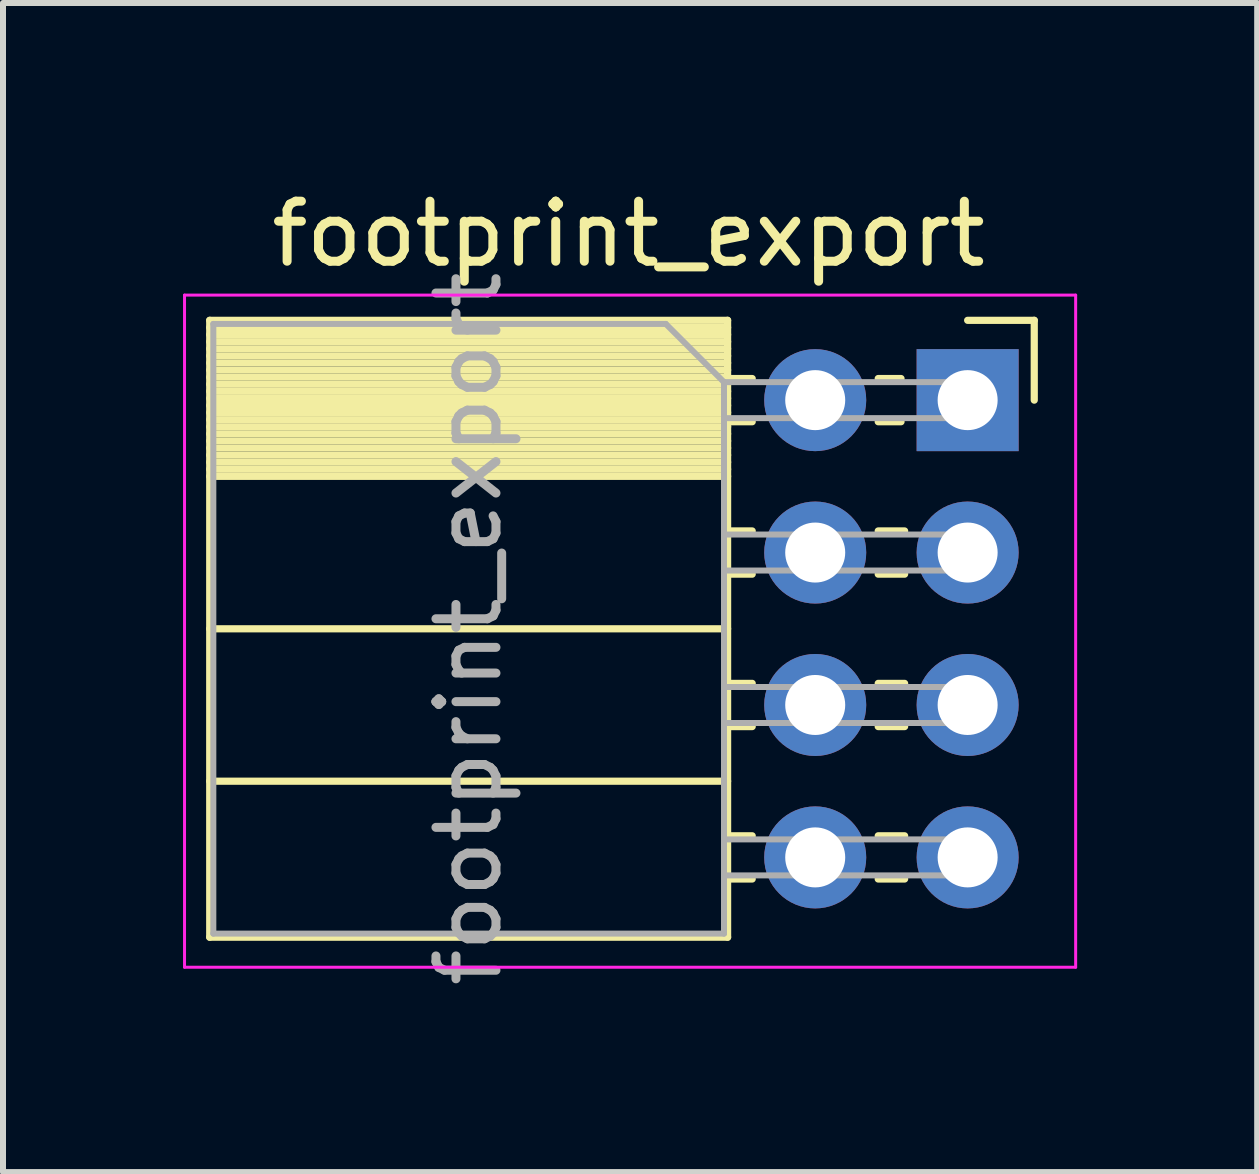
<source format=kicad_pcb>
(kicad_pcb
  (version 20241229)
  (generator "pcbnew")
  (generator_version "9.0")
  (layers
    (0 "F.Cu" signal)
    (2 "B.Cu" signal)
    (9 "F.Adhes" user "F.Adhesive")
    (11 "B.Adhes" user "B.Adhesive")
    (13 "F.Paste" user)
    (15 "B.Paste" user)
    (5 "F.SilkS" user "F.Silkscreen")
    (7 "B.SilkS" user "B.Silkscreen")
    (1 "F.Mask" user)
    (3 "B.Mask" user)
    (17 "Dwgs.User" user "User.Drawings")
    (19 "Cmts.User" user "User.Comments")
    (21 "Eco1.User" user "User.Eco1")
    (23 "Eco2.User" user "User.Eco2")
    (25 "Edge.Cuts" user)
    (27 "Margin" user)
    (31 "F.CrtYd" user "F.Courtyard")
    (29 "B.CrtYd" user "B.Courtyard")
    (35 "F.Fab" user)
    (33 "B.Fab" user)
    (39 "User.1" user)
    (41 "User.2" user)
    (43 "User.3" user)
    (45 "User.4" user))
  (footprint "footprint_export"
    (layer "F.Cu")
    (at 13.075 3.618)
    (property "Reference" "footprint_export" (at -5.65 -2.77 0) (layer "F.SilkS") (effects (font (size 1 1) (thickness 0.15))))
    (attr through_hole)
    (fp_line (start -12.63 -1.33) (end -12.63 8.95) (stroke (width 0.12) (type solid)) (layer "F.SilkS"))
    (fp_line (start -12.63 -1.33) (end -4 -1.33) (stroke (width 0.12) (type solid)) (layer "F.SilkS"))
    (fp_line (start -12.63 -1.21) (end -4 -1.21) (stroke (width 0.12) (type solid)) (layer "F.SilkS"))
    (fp_line (start -12.63 -1.092) (end -4 -1.092) (stroke (width 0.12) (type solid)) (layer "F.SilkS"))
    (fp_line (start -12.63 -0.974) (end -4 -0.974) (stroke (width 0.12) (type solid)) (layer "F.SilkS"))
    (fp_line (start -12.63 -0.856) (end -4 -0.856) (stroke (width 0.12) (type solid)) (layer "F.SilkS"))
    (fp_line (start -12.63 -0.738) (end -4 -0.738) (stroke (width 0.12) (type solid)) (layer "F.SilkS"))
    (fp_line (start -12.63 -0.62) (end -4 -0.62) (stroke (width 0.12) (type solid)) (layer "F.SilkS"))
    (fp_line (start -12.63 -0.501) (end -4 -0.501) (stroke (width 0.12) (type solid)) (layer "F.SilkS"))
    (fp_line (start -12.63 -0.383) (end -4 -0.383) (stroke (width 0.12) (type solid)) (layer "F.SilkS"))
    (fp_line (start -12.63 -0.265) (end -4 -0.265) (stroke (width 0.12) (type solid)) (layer "F.SilkS"))
    (fp_line (start -12.63 -0.147) (end -4 -0.147) (stroke (width 0.12) (type solid)) (layer "F.SilkS"))
    (fp_line (start -12.63 -0.029) (end -4 -0.029) (stroke (width 0.12) (type solid)) (layer "F.SilkS"))
    (fp_line (start -12.63 0.089) (end -4 0.089) (stroke (width 0.12) (type solid)) (layer "F.SilkS"))
    (fp_line (start -12.63 0.207) (end -4 0.207) (stroke (width 0.12) (type solid)) (layer "F.SilkS"))
    (fp_line (start -12.63 0.325) (end -4 0.325) (stroke (width 0.12) (type solid)) (layer "F.SilkS"))
    (fp_line (start -12.63 0.443) (end -4 0.443) (stroke (width 0.12) (type solid)) (layer "F.SilkS"))
    (fp_line (start -12.63 0.561) (end -4 0.561) (stroke (width 0.12) (type solid)) (layer "F.SilkS"))
    (fp_line (start -12.63 0.68) (end -4 0.68) (stroke (width 0.12) (type solid)) (layer "F.SilkS"))
    (fp_line (start -12.63 0.798) (end -4 0.798) (stroke (width 0.12) (type solid)) (layer "F.SilkS"))
    (fp_line (start -12.63 0.916) (end -4 0.916) (stroke (width 0.12) (type solid)) (layer "F.SilkS"))
    (fp_line (start -12.63 1.034) (end -4 1.034) (stroke (width 0.12) (type solid)) (layer "F.SilkS"))
    (fp_line (start -12.63 1.152) (end -4 1.152) (stroke (width 0.12) (type solid)) (layer "F.SilkS"))
    (fp_line (start -12.63 1.27) (end -4 1.27) (stroke (width 0.12) (type solid)) (layer "F.SilkS"))
    (fp_line (start -12.63 3.81) (end -4 3.81) (stroke (width 0.12) (type solid)) (layer "F.SilkS"))
    (fp_line (start -12.63 6.35) (end -4 6.35) (stroke (width 0.12) (type solid)) (layer "F.SilkS"))
    (fp_line (start -12.63 8.95) (end -4 8.95) (stroke (width 0.12) (type solid)) (layer "F.SilkS"))
    (fp_line (start -4 -1.33) (end -4 8.95) (stroke (width 0.12) (type solid)) (layer "F.SilkS"))
    (fp_line (start -4 -0.36) (end -3.59 -0.36) (stroke (width 0.12) (type solid)) (layer "F.SilkS"))
    (fp_line (start -4 0.36) (end -3.59 0.36) (stroke (width 0.12) (type solid)) (layer "F.SilkS"))
    (fp_line (start -4 2.18) (end -3.59 2.18) (stroke (width 0.12) (type solid)) (layer "F.SilkS"))
    (fp_line (start -4 2.9) (end -3.59 2.9) (stroke (width 0.12) (type solid)) (layer "F.SilkS"))
    (fp_line (start -4 4.72) (end -3.59 4.72) (stroke (width 0.12) (type solid)) (layer "F.SilkS"))
    (fp_line (start -4 5.44) (end -3.59 5.44) (stroke (width 0.12) (type solid)) (layer "F.SilkS"))
    (fp_line (start -4 7.26) (end -3.59 7.26) (stroke (width 0.12) (type solid)) (layer "F.SilkS"))
    (fp_line (start -4 7.98) (end -3.59 7.98) (stroke (width 0.12) (type solid)) (layer "F.SilkS"))
    (fp_line (start -1.49 -0.36) (end -1.11 -0.36) (stroke (width 0.12) (type solid)) (layer "F.SilkS"))
    (fp_line (start -1.49 0.36) (end -1.11 0.36) (stroke (width 0.12) (type solid)) (layer "F.SilkS"))
    (fp_line (start -1.49 2.18) (end -1.05 2.18) (stroke (width 0.12) (type solid)) (layer "F.SilkS"))
    (fp_line (start -1.49 2.9) (end -1.05 2.9) (stroke (width 0.12) (type solid)) (layer "F.SilkS"))
    (fp_line (start -1.49 4.72) (end -1.05 4.72) (stroke (width 0.12) (type solid)) (layer "F.SilkS"))
    (fp_line (start -1.49 5.44) (end -1.05 5.44) (stroke (width 0.12) (type solid)) (layer "F.SilkS"))
    (fp_line (start -1.49 7.26) (end -1.05 7.26) (stroke (width 0.12) (type solid)) (layer "F.SilkS"))
    (fp_line (start -1.49 7.98) (end -1.05 7.98) (stroke (width 0.12) (type solid)) (layer "F.SilkS"))
    (fp_line (start 0 -1.33) (end 1.11 -1.33) (stroke (width 0.12) (type solid)) (layer "F.SilkS"))
    (fp_line (start 1.11 -1.33) (end 1.11 0) (stroke (width 0.12) (type solid)) (layer "F.SilkS"))
    (fp_line (start -13.05 -1.75) (end -13.05 9.45) (stroke (width 0.05) (type solid)) (layer "F.CrtYd"))
    (fp_line (start -13.05 9.45) (end 1.8 9.45) (stroke (width 0.05) (type solid)) (layer "F.CrtYd"))
    (fp_line (start 1.8 -1.75) (end -13.05 -1.75) (stroke (width 0.05) (type solid)) (layer "F.CrtYd"))
    (fp_line (start 1.8 9.45) (end 1.8 -1.75) (stroke (width 0.05) (type solid)) (layer "F.CrtYd"))
    (fp_line (start -12.57 -1.27) (end -5.03 -1.27) (stroke (width 0.1) (type solid)) (layer "F.Fab"))
    (fp_line (start -12.57 8.89) (end -12.57 -1.27) (stroke (width 0.1) (type solid)) (layer "F.Fab"))
    (fp_line (start -5.03 -1.27) (end -4.06 -0.3) (stroke (width 0.1) (type solid)) (layer "F.Fab"))
    (fp_line (start -4.06 -0.3) (end -4.06 8.89) (stroke (width 0.1) (type solid)) (layer "F.Fab"))
    (fp_line (start -4.06 0.3) (end 0 0.3) (stroke (width 0.1) (type solid)) (layer "F.Fab"))
    (fp_line (start -4.06 2.84) (end 0 2.84) (stroke (width 0.1) (type solid)) (layer "F.Fab"))
    (fp_line (start -4.06 5.38) (end 0 5.38) (stroke (width 0.1) (type solid)) (layer "F.Fab"))
    (fp_line (start -4.06 7.92) (end 0 7.92) (stroke (width 0.1) (type solid)) (layer "F.Fab"))
    (fp_line (start -4.06 8.89) (end -12.57 8.89) (stroke (width 0.1) (type solid)) (layer "F.Fab"))
    (fp_line (start 0 -0.3) (end -4.06 -0.3) (stroke (width 0.1) (type solid)) (layer "F.Fab"))
    (fp_line (start 0 0.3) (end 0 -0.3) (stroke (width 0.1) (type solid)) (layer "F.Fab"))
    (fp_line (start 0 2.24) (end -4.06 2.24) (stroke (width 0.1) (type solid)) (layer "F.Fab"))
    (fp_line (start 0 2.84) (end 0 2.24) (stroke (width 0.1) (type solid)) (layer "F.Fab"))
    (fp_line (start 0 4.78) (end -4.06 4.78) (stroke (width 0.1) (type solid)) (layer "F.Fab"))
    (fp_line (start 0 5.38) (end 0 4.78) (stroke (width 0.1) (type solid)) (layer "F.Fab"))
    (fp_line (start 0 7.32) (end -4.06 7.32) (stroke (width 0.1) (type solid)) (layer "F.Fab"))
    (fp_line (start 0 7.92) (end 0 7.32) (stroke (width 0.1) (type solid)) (layer "F.Fab"))
    (fp_text user "${REFERENCE}" (at -8.315 3.81 90) (layer "F.Fab") (effects (font (size 1 1) (thickness 0.15))))
    (pad "1" thru_hole rect (at 0 0) (size 1.7 1.7) (drill 1) (layers "*.Cu" "*.Mask"))
    (pad "2" thru_hole oval (at -2.54 0) (size 1.7 1.7) (drill 1) (layers "*.Cu" "*.Mask"))
    (pad "3" thru_hole oval (at 0 2.54) (size 1.7 1.7) (drill 1) (layers "*.Cu" "*.Mask"))
    (pad "4" thru_hole oval (at -2.54 2.54) (size 1.7 1.7) (drill 1) (layers "*.Cu" "*.Mask"))
    (pad "5" thru_hole oval (at 0 5.08) (size 1.7 1.7) (drill 1) (layers "*.Cu" "*.Mask"))
    (pad "6" thru_hole oval (at -2.54 5.08) (size 1.7 1.7) (drill 1) (layers "*.Cu" "*.Mask"))
    (pad "7" thru_hole oval (at 0 7.62) (size 1.7 1.7) (drill 1) (layers "*.Cu" "*.Mask"))
    (pad "8" thru_hole oval (at -2.54 7.62) (size 1.7 1.7) (drill 1) (layers "*.Cu" "*.Mask")))
  (gr_rect
    (start -3 -3)
    (end 17.9 16.482)
    (stroke (width 0.1) (type default))
    (fill no)
    (layer "Edge.Cuts")))
</source>
